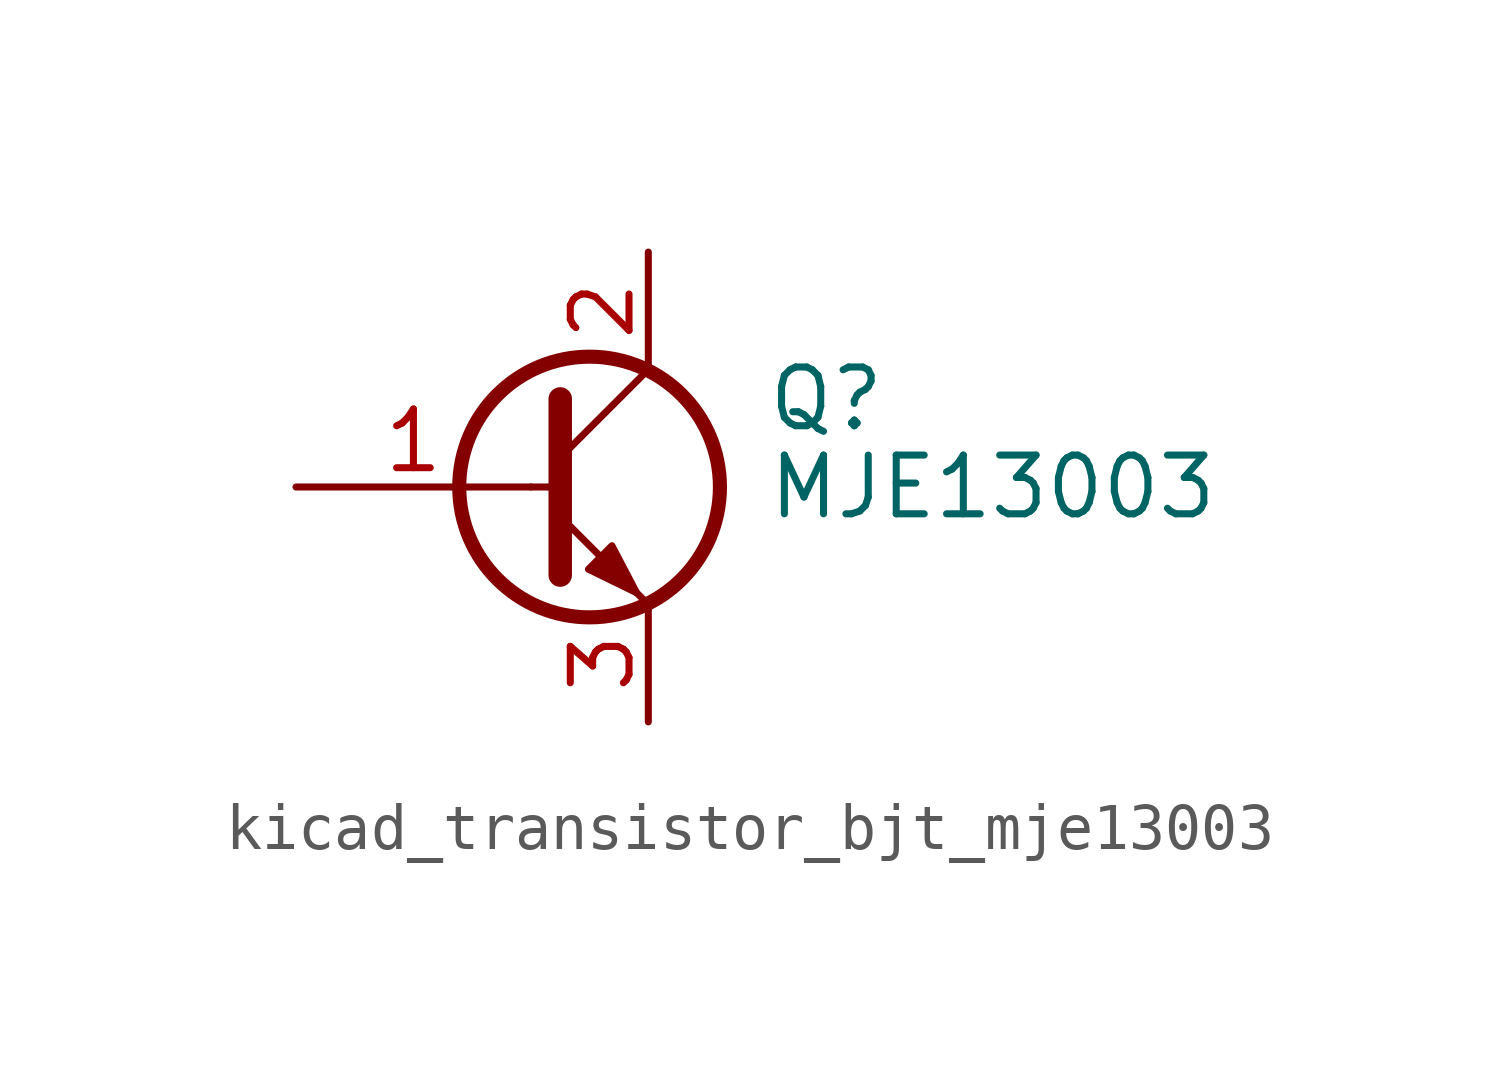
<source format=kicad_sym>
(kicad_symbol_lib
  (version 20220914)
  (generator kicad_symbol_editor)
  (symbol "kicad_transistor_bjt_mje13003"
    (pin_names
      (offset 0) hide)
    (property "Reference" "Q"
      (at 5.08 1.905 0)
      (effects (font (size 1.27 1.27)) (justify left)))
    (property "Value" "MJE13003"
      (at 5.08 0 0)
      (effects (font (size 1.27 1.27)) (justify left)))
    (symbol "kicad_transistor_bjt_mje13003_0_1"
      (polyline (pts (xy 0 0) (xy 0.635 0)) (stroke (width 0) (type default)) (fill (type none)))
      (polyline (pts (xy 2.54 -2.54) (xy 0.635 -0.635)) (stroke (width 0) (type default)) (fill (type none)))
      (polyline (pts (xy 2.54 2.54) (xy 0.635 0.635)) (stroke (width 0) (type default)) (fill (type none)))
      (polyline (pts (xy 0.635 1.905) (xy 0.635 -1.905) (xy 0.635 -1.905)) (stroke (width 0.508) (type default)) (fill (type outline)))
      (polyline (pts (xy 1.245 -1.778) (xy 1.753 -1.27) (xy 2.286 -2.286) (xy 1.245 -1.778) (xy 1.245 -1.778)) (stroke (width 0) (type default)) (fill (type outline)))
      (circle (center 1.27 0) (radius 2.819) (stroke (width 0.305) (type default)) (fill (type none))))
    (symbol "kicad_transistor_bjt_mje13003_1_1"
      (pin input line (at -5.08 0 0) (length 5.08) (name "B" (effects (font (size 1.27 1.27)))) (number "1" (effects (font (size 1.27 1.27)))))
      (pin passive line (at 2.54 5.08 270) (length 2.54) (name "C" (effects (font (size 1.27 1.27)))) (number "2" (effects (font (size 1.27 1.27)))))
      (pin passive line (at 2.54 -5.08 90) (length 2.54) (name "E" (effects (font (size 1.27 1.27)))) (number "3" (effects (font (size 1.27 1.27))))))))
</source>
